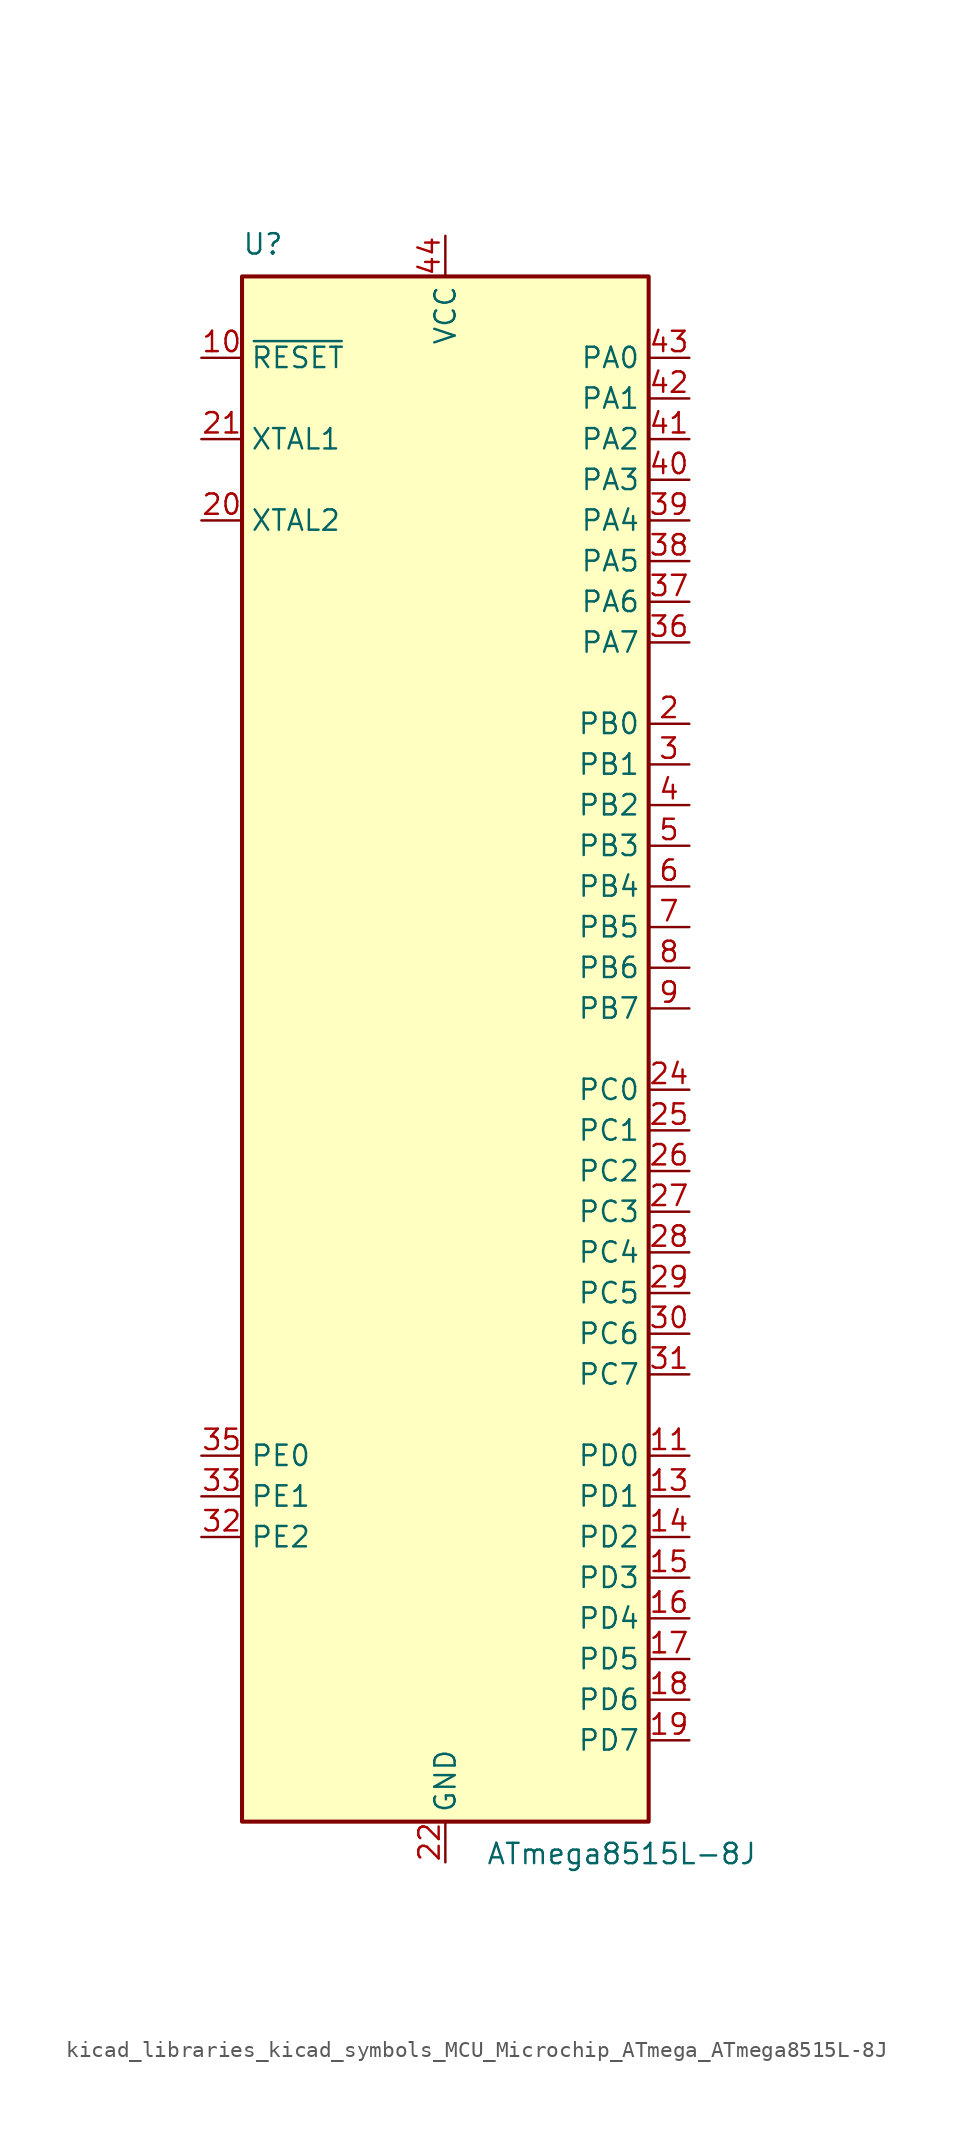
<source format=kicad_sym>
(kicad_symbol_lib
  (version 20220914)
  (generator kicad_symbol_editor)
  (symbol "kicad_libraries_kicad_symbols_MCU_Microchip_ATmega_ATmega8515L-8J"
    (property "Reference" "U"
      (at -12.7 49.53 0)
      (effects (font (size 1.27 1.27)) (justify left bottom)))
    (property "Value" "ATmega8515L-8J"
      (at 2.54 -49.53 0)
      (effects (font (size 1.27 1.27)) (justify left top)))
    (symbol "kicad_libraries_kicad_symbols_MCU_Microchip_ATmega_ATmega8515L-8J_0_1"
      (rectangle (start -12.7 -48.26) (end 12.7 48.26) (stroke (width 0.254) (type default)) (fill (type background))))
    (symbol "kicad_libraries_kicad_symbols_MCU_Microchip_ATmega_ATmega8515L-8J_1_1"
      (pin no_connect line (at -12.7 -38.1 0) (length 2.54) hide (name "NC" (effects (font (size 1.27 1.27)))) (number "1" (effects (font (size 1.27 1.27)))))
      (pin input line (at -15.24 43.18 0) (length 2.54) (name "~{RESET}" (effects (font (size 1.27 1.27)))) (number "10" (effects (font (size 1.27 1.27)))))
      (pin bidirectional line (at 15.24 -25.4 180) (length 2.54) (name "PD0" (effects (font (size 1.27 1.27)))) (number "11" (effects (font (size 1.27 1.27)))))
      (pin no_connect line (at -12.7 -40.64 0) (length 2.54) hide (name "NC" (effects (font (size 1.27 1.27)))) (number "12" (effects (font (size 1.27 1.27)))))
      (pin bidirectional line (at 15.24 -27.94 180) (length 2.54) (name "PD1" (effects (font (size 1.27 1.27)))) (number "13" (effects (font (size 1.27 1.27)))))
      (pin bidirectional line (at 15.24 -30.48 180) (length 2.54) (name "PD2" (effects (font (size 1.27 1.27)))) (number "14" (effects (font (size 1.27 1.27)))))
      (pin bidirectional line (at 15.24 -33.02 180) (length 2.54) (name "PD3" (effects (font (size 1.27 1.27)))) (number "15" (effects (font (size 1.27 1.27)))))
      (pin bidirectional line (at 15.24 -35.56 180) (length 2.54) (name "PD4" (effects (font (size 1.27 1.27)))) (number "16" (effects (font (size 1.27 1.27)))))
      (pin bidirectional line (at 15.24 -38.1 180) (length 2.54) (name "PD5" (effects (font (size 1.27 1.27)))) (number "17" (effects (font (size 1.27 1.27)))))
      (pin bidirectional line (at 15.24 -40.64 180) (length 2.54) (name "PD6" (effects (font (size 1.27 1.27)))) (number "18" (effects (font (size 1.27 1.27)))))
      (pin bidirectional line (at 15.24 -43.18 180) (length 2.54) (name "PD7" (effects (font (size 1.27 1.27)))) (number "19" (effects (font (size 1.27 1.27)))))
      (pin bidirectional line (at 15.24 20.32 180) (length 2.54) (name "PB0" (effects (font (size 1.27 1.27)))) (number "2" (effects (font (size 1.27 1.27)))))
      (pin output line (at -15.24 33.02 0) (length 2.54) (name "XTAL2" (effects (font (size 1.27 1.27)))) (number "20" (effects (font (size 1.27 1.27)))))
      (pin input line (at -15.24 38.1 0) (length 2.54) (name "XTAL1" (effects (font (size 1.27 1.27)))) (number "21" (effects (font (size 1.27 1.27)))))
      (pin power_in line (at 0 -50.8 90) (length 2.54) (name "GND" (effects (font (size 1.27 1.27)))) (number "22" (effects (font (size 1.27 1.27)))))
      (pin no_connect line (at -12.7 -43.18 0) (length 2.54) hide (name "NC" (effects (font (size 1.27 1.27)))) (number "23" (effects (font (size 1.27 1.27)))))
      (pin bidirectional line (at 15.24 -2.54 180) (length 2.54) (name "PC0" (effects (font (size 1.27 1.27)))) (number "24" (effects (font (size 1.27 1.27)))))
      (pin bidirectional line (at 15.24 -5.08 180) (length 2.54) (name "PC1" (effects (font (size 1.27 1.27)))) (number "25" (effects (font (size 1.27 1.27)))))
      (pin bidirectional line (at 15.24 -7.62 180) (length 2.54) (name "PC2" (effects (font (size 1.27 1.27)))) (number "26" (effects (font (size 1.27 1.27)))))
      (pin bidirectional line (at 15.24 -10.16 180) (length 2.54) (name "PC3" (effects (font (size 1.27 1.27)))) (number "27" (effects (font (size 1.27 1.27)))))
      (pin bidirectional line (at 15.24 -12.7 180) (length 2.54) (name "PC4" (effects (font (size 1.27 1.27)))) (number "28" (effects (font (size 1.27 1.27)))))
      (pin bidirectional line (at 15.24 -15.24 180) (length 2.54) (name "PC5" (effects (font (size 1.27 1.27)))) (number "29" (effects (font (size 1.27 1.27)))))
      (pin bidirectional line (at 15.24 17.78 180) (length 2.54) (name "PB1" (effects (font (size 1.27 1.27)))) (number "3" (effects (font (size 1.27 1.27)))))
      (pin bidirectional line (at 15.24 -17.78 180) (length 2.54) (name "PC6" (effects (font (size 1.27 1.27)))) (number "30" (effects (font (size 1.27 1.27)))))
      (pin bidirectional line (at 15.24 -20.32 180) (length 2.54) (name "PC7" (effects (font (size 1.27 1.27)))) (number "31" (effects (font (size 1.27 1.27)))))
      (pin bidirectional line (at -15.24 -30.48 0) (length 2.54) (name "PE2" (effects (font (size 1.27 1.27)))) (number "32" (effects (font (size 1.27 1.27)))))
      (pin bidirectional line (at -15.24 -27.94 0) (length 2.54) (name "PE1" (effects (font (size 1.27 1.27)))) (number "33" (effects (font (size 1.27 1.27)))))
      (pin no_connect line (at -12.7 -45.72 0) (length 2.54) hide (name "NC" (effects (font (size 1.27 1.27)))) (number "34" (effects (font (size 1.27 1.27)))))
      (pin bidirectional line (at -15.24 -25.4 0) (length 2.54) (name "PE0" (effects (font (size 1.27 1.27)))) (number "35" (effects (font (size 1.27 1.27)))))
      (pin bidirectional line (at 15.24 25.4 180) (length 2.54) (name "PA7" (effects (font (size 1.27 1.27)))) (number "36" (effects (font (size 1.27 1.27)))))
      (pin bidirectional line (at 15.24 27.94 180) (length 2.54) (name "PA6" (effects (font (size 1.27 1.27)))) (number "37" (effects (font (size 1.27 1.27)))))
      (pin bidirectional line (at 15.24 30.48 180) (length 2.54) (name "PA5" (effects (font (size 1.27 1.27)))) (number "38" (effects (font (size 1.27 1.27)))))
      (pin bidirectional line (at 15.24 33.02 180) (length 2.54) (name "PA4" (effects (font (size 1.27 1.27)))) (number "39" (effects (font (size 1.27 1.27)))))
      (pin bidirectional line (at 15.24 15.24 180) (length 2.54) (name "PB2" (effects (font (size 1.27 1.27)))) (number "4" (effects (font (size 1.27 1.27)))))
      (pin bidirectional line (at 15.24 35.56 180) (length 2.54) (name "PA3" (effects (font (size 1.27 1.27)))) (number "40" (effects (font (size 1.27 1.27)))))
      (pin bidirectional line (at 15.24 38.1 180) (length 2.54) (name "PA2" (effects (font (size 1.27 1.27)))) (number "41" (effects (font (size 1.27 1.27)))))
      (pin bidirectional line (at 15.24 40.64 180) (length 2.54) (name "PA1" (effects (font (size 1.27 1.27)))) (number "42" (effects (font (size 1.27 1.27)))))
      (pin bidirectional line (at 15.24 43.18 180) (length 2.54) (name "PA0" (effects (font (size 1.27 1.27)))) (number "43" (effects (font (size 1.27 1.27)))))
      (pin power_in line (at 0 50.8 270) (length 2.54) (name "VCC" (effects (font (size 1.27 1.27)))) (number "44" (effects (font (size 1.27 1.27)))))
      (pin bidirectional line (at 15.24 12.7 180) (length 2.54) (name "PB3" (effects (font (size 1.27 1.27)))) (number "5" (effects (font (size 1.27 1.27)))))
      (pin bidirectional line (at 15.24 10.16 180) (length 2.54) (name "PB4" (effects (font (size 1.27 1.27)))) (number "6" (effects (font (size 1.27 1.27)))))
      (pin bidirectional line (at 15.24 7.62 180) (length 2.54) (name "PB5" (effects (font (size 1.27 1.27)))) (number "7" (effects (font (size 1.27 1.27)))))
      (pin bidirectional line (at 15.24 5.08 180) (length 2.54) (name "PB6" (effects (font (size 1.27 1.27)))) (number "8" (effects (font (size 1.27 1.27)))))
      (pin bidirectional line (at 15.24 2.54 180) (length 2.54) (name "PB7" (effects (font (size 1.27 1.27)))) (number "9" (effects (font (size 1.27 1.27))))))))
</source>
